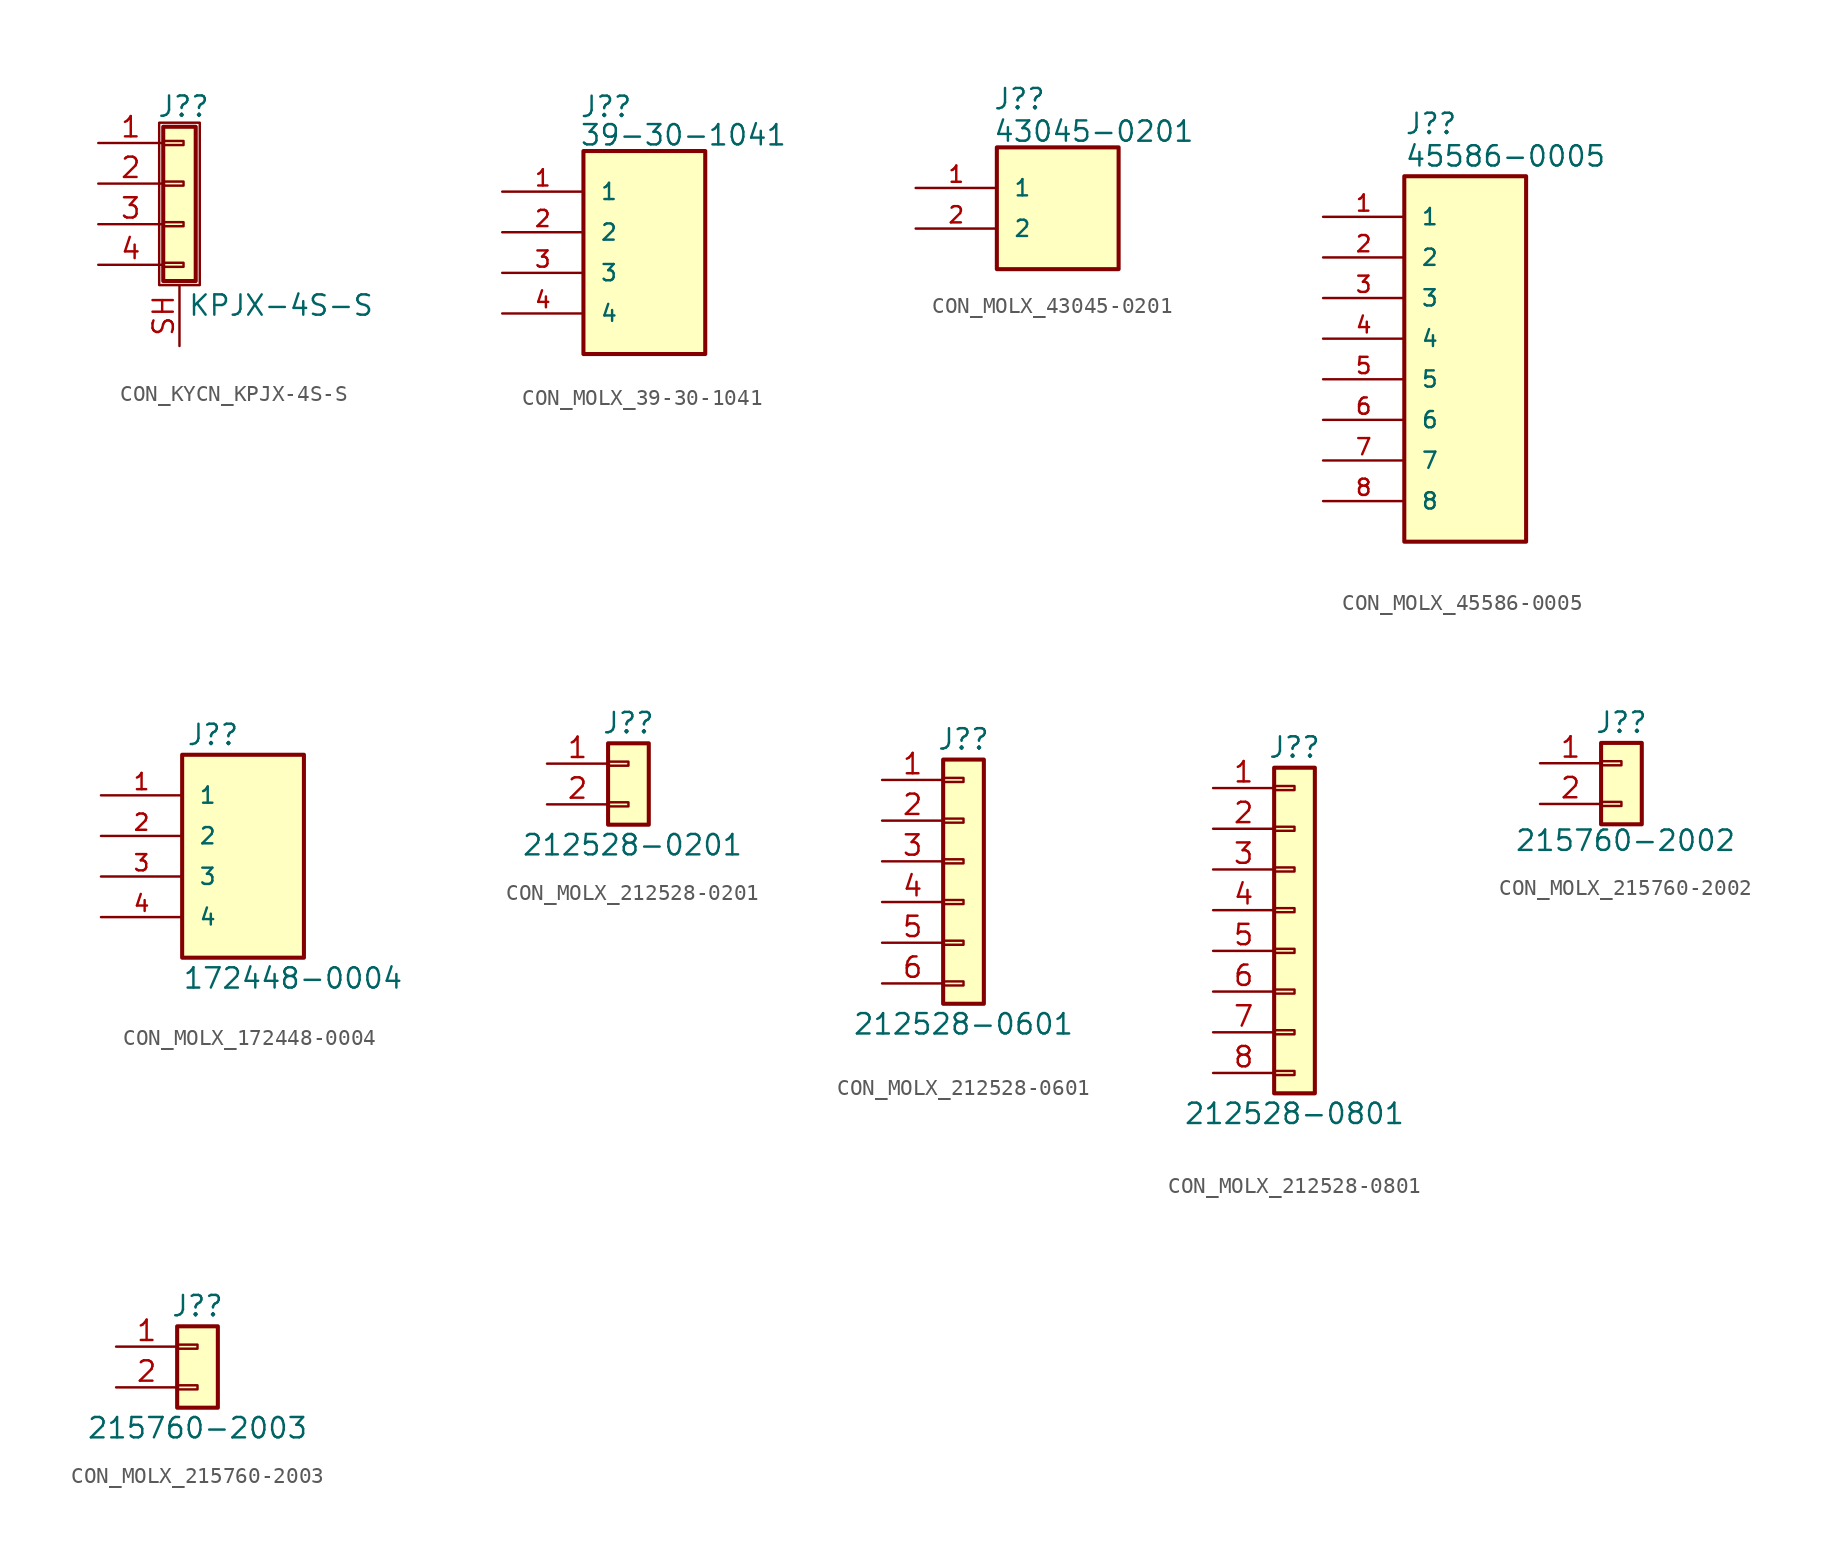
<source format=kicad_sym>
(kicad_symbol_lib
  (version 20231120)
  (generator "kicad_symbol_editor")
  (generator_version "8.0")
  (symbol "CON_KYCN_KPJX-4S-S"
    (pin_names
      (offset 1.016) hide)
    (property "Reference" "J?"
      (at 0.254 6.096 0)
      (effects (font (size 1.27 1.27))))
    (property "Value" "KPJX-4S-S"
      (at 0.508 -6.35 0)
      (effects (font (size 1.27 1.27)) (justify left)))
    (symbol "CON_KYCN_KPJX-4S-S_1_1"
      (rectangle (start -1.27 5.08) (end 1.27 -5.08) (stroke (width 0.152) (type default)) (fill (type none)))
      (rectangle (start -1.016 -3.683) (end 0.254 -3.937) (stroke (width 0.152) (type default)) (fill (type none)))
      (rectangle (start -1.016 -1.143) (end 0.254 -1.397) (stroke (width 0.152) (type default)) (fill (type none)))
      (rectangle (start -1.016 1.397) (end 0.254 1.143) (stroke (width 0.152) (type default)) (fill (type none)))
      (rectangle (start -1.016 3.937) (end 0.254 3.683) (stroke (width 0.152) (type default)) (fill (type none)))
      (rectangle (start -1.016 4.826) (end 1.016 -4.826) (stroke (width 0.254) (type default)) (fill (type background)))
      (pin passive line (at -5.08 3.81 0) (length 4.064) (name "Pin_1" (effects (font (size 1.27 1.27)))) (number "1" (effects (font (size 1.27 1.27)))))
      (pin passive line (at -5.08 1.27 0) (length 4.064) (name "Pin_2" (effects (font (size 1.27 1.27)))) (number "2" (effects (font (size 1.27 1.27)))))
      (pin passive line (at -5.08 -1.27 0) (length 4.064) (name "Pin_3" (effects (font (size 1.27 1.27)))) (number "3" (effects (font (size 1.27 1.27)))))
      (pin passive line (at -5.08 -3.81 0) (length 4.064) (name "Pin_4" (effects (font (size 1.27 1.27)))) (number "4" (effects (font (size 1.27 1.27)))))
      (pin passive line (at 0 -8.89 90) (length 3.81) (name "Shield" (effects (font (size 1.27 1.27)))) (number "SH" (effects (font (size 1.27 1.27)))))))
  (symbol "CON_MOLX_39-30-1041"
    (pin_names
      (offset 1.016))
    (property "Reference" "J?"
      (at -4.064 8.382 0)
      (effects (font (size 1.27 1.27)) (justify left bottom)))
    (property "Value" "39-30-1041"
      (at -4.064 6.604 0)
      (effects (font (size 1.27 1.27)) (justify left bottom)))
    (symbol "CON_MOLX_39-30-1041_0_0"
      (rectangle (start -3.81 -6.35) (end 3.81 6.35) (stroke (width 0.254) (type solid)) (fill (type background)))
      (pin passive line (at -8.89 1.27 0) (length 5.08) (name "2" (effects (font (size 1.016 1.016)))) (number "2" (effects (font (size 1.016 1.016)))))
      (pin passive line (at -8.89 -1.27 0) (length 5.08) (name "3" (effects (font (size 1.016 1.016)))) (number "3" (effects (font (size 1.016 1.016)))))
      (pin passive line (at -8.89 -3.81 0) (length 5.08) (name "4" (effects (font (size 1.016 1.016)))) (number "4" (effects (font (size 1.016 1.016))))))
    (symbol "CON_MOLX_39-30-1041_1_0"
      (pin passive line (at -8.89 3.81 0) (length 5.08) (name "1" (effects (font (size 1.016 1.016)))) (number "1" (effects (font (size 1.016 1.016)))))))
  (symbol "CON_MOLX_43045-0201"
    (pin_names
      (offset 1.016))
    (property "Reference" "J?"
      (at -4.064 6.096 0)
      (effects (font (size 1.27 1.27)) (justify left bottom)))
    (property "Value" "43045-0201"
      (at -4.064 4.064 0)
      (effects (font (size 1.27 1.27)) (justify left bottom)))
    (symbol "CON_MOLX_43045-0201_0_0"
      (rectangle (start -3.81 3.81) (end 3.81 -3.81) (stroke (width 0.254) (type solid)) (fill (type background))))
    (symbol "CON_MOLX_43045-0201_1_0"
      (pin passive line (at -8.89 1.27 0) (length 5.08) (name "1" (effects (font (size 1.016 1.016)))) (number "1" (effects (font (size 1.016 1.016)))))
      (pin passive line (at -8.89 -1.27 0) (length 5.08) (name "2" (effects (font (size 1.016 1.016)))) (number "2" (effects (font (size 1.016 1.016)))))))
  (symbol "CON_MOLX_45586-0005"
    (pin_names
      (offset 1.016))
    (property "Reference" "J?"
      (at -3.81 13.97 0)
      (effects (font (size 1.27 1.27)) (justify left bottom)))
    (property "Value" "45586-0005"
      (at -3.81 11.938 0)
      (effects (font (size 1.27 1.27)) (justify left bottom)))
    (symbol "CON_MOLX_45586-0005_0_0"
      (rectangle (start -3.81 11.43) (end 3.81 -11.43) (stroke (width 0.254) (type solid)) (fill (type background)))
      (pin passive line (at -8.89 6.35 0) (length 5.08) (name "2" (effects (font (size 1.016 1.016)))) (number "2" (effects (font (size 1.016 1.016)))))
      (pin passive line (at -8.89 3.81 0) (length 5.08) (name "3" (effects (font (size 1.016 1.016)))) (number "3" (effects (font (size 1.016 1.016)))))
      (pin passive line (at -8.89 1.27 0) (length 5.08) (name "4" (effects (font (size 1.016 1.016)))) (number "4" (effects (font (size 1.016 1.016)))))
      (pin passive line (at -8.89 -1.27 0) (length 5.08) (name "5" (effects (font (size 1.016 1.016)))) (number "5" (effects (font (size 1.016 1.016)))))
      (pin passive line (at -8.89 -3.81 0) (length 5.08) (name "6" (effects (font (size 1.016 1.016)))) (number "6" (effects (font (size 1.016 1.016)))))
      (pin passive line (at -8.89 -6.35 0) (length 5.08) (name "7" (effects (font (size 1.016 1.016)))) (number "7" (effects (font (size 1.016 1.016)))))
      (pin passive line (at -8.89 -8.89 0) (length 5.08) (name "8" (effects (font (size 1.016 1.016)))) (number "8" (effects (font (size 1.016 1.016))))))
    (symbol "CON_MOLX_45586-0005_1_0"
      (pin passive line (at -8.89 8.89 0) (length 5.08) (name "1" (effects (font (size 1.016 1.016)))) (number "1" (effects (font (size 1.016 1.016)))))))
  (symbol "CON_MOLX_172448-0004"
    (pin_names
      (offset 1.016))
    (property "Reference" "J?"
      (at -3.556 6.858 0)
      (effects (font (size 1.27 1.27)) (justify left bottom)))
    (property "Value" "172448-0004"
      (at -3.81 -8.382 0)
      (effects (font (size 1.27 1.27)) (justify left bottom)))
    (symbol "CON_MOLX_172448-0004_0_0"
      (rectangle (start -3.81 -6.35) (end 3.81 6.35) (stroke (width 0.254) (type solid)) (fill (type background)))
      (pin passive line (at -8.89 1.27 0) (length 5.08) (name "2" (effects (font (size 1.016 1.016)))) (number "2" (effects (font (size 1.016 1.016)))))
      (pin passive line (at -8.89 -1.27 0) (length 5.08) (name "3" (effects (font (size 1.016 1.016)))) (number "3" (effects (font (size 1.016 1.016)))))
      (pin passive line (at -8.89 -3.81 0) (length 5.08) (name "4" (effects (font (size 1.016 1.016)))) (number "4" (effects (font (size 1.016 1.016))))))
    (symbol "CON_MOLX_172448-0004_1_0"
      (pin passive line (at -8.89 3.81 0) (length 5.08) (name "1" (effects (font (size 1.016 1.016)))) (number "1" (effects (font (size 1.016 1.016)))))))
  (symbol "CON_MOLX_212528-0201"
    (pin_names
      (offset 1.016) hide)
    (property "Reference" "J?"
      (at 0 3.81 0)
      (effects (font (size 1.27 1.27))))
    (property "Value" "212528-0201"
      (at 0.254 -3.81 0)
      (effects (font (size 1.27 1.27))))
    (symbol "CON_MOLX_212528-0201_1_1"
      (rectangle (start -1.27 -1.143) (end 0 -1.397) (stroke (width 0.152) (type default)) (fill (type none)))
      (rectangle (start -1.27 1.143) (end 0 1.397) (stroke (width 0.152) (type default)) (fill (type none)))
      (rectangle (start -1.27 2.54) (end 1.27 -2.54) (stroke (width 0.254) (type default)) (fill (type background)))
      (pin passive line (at -5.08 1.27 0) (length 3.81) (name "Pin_1" (effects (font (size 1.27 1.27)))) (number "1" (effects (font (size 1.27 1.27)))))
      (pin passive line (at -5.08 -1.27 0) (length 3.81) (name "Pin_2" (effects (font (size 1.27 1.27)))) (number "2" (effects (font (size 1.27 1.27)))))))
  (symbol "CON_MOLX_212528-0601"
    (pin_names
      (offset 1.016) hide)
    (property "Reference" "J?"
      (at 0 8.89 0)
      (effects (font (size 1.27 1.27))))
    (property "Value" "212528-0601"
      (at 0 -8.89 0)
      (effects (font (size 1.27 1.27))))
    (symbol "CON_MOLX_212528-0601_1_1"
      (rectangle (start -1.27 -6.223) (end 0 -6.477) (stroke (width 0.152) (type default)) (fill (type none)))
      (rectangle (start -1.27 -3.683) (end 0 -3.937) (stroke (width 0.152) (type default)) (fill (type none)))
      (rectangle (start -1.27 -1.143) (end 0 -1.397) (stroke (width 0.152) (type default)) (fill (type none)))
      (rectangle (start -1.27 1.397) (end 0 1.143) (stroke (width 0.152) (type default)) (fill (type none)))
      (rectangle (start -1.27 3.937) (end 0 3.683) (stroke (width 0.152) (type default)) (fill (type none)))
      (rectangle (start -1.27 6.477) (end 0 6.223) (stroke (width 0.152) (type default)) (fill (type none)))
      (rectangle (start -1.27 7.62) (end 1.27 -7.62) (stroke (width 0.254) (type default)) (fill (type background)))
      (pin passive line (at -5.08 6.35 0) (length 3.81) (name "Pin_1" (effects (font (size 1.27 1.27)))) (number "1" (effects (font (size 1.27 1.27)))))
      (pin passive line (at -5.08 3.81 0) (length 3.81) (name "Pin_2" (effects (font (size 1.27 1.27)))) (number "2" (effects (font (size 1.27 1.27)))))
      (pin passive line (at -5.08 1.27 0) (length 3.81) (name "Pin_3" (effects (font (size 1.27 1.27)))) (number "3" (effects (font (size 1.27 1.27)))))
      (pin passive line (at -5.08 -1.27 0) (length 3.81) (name "Pin_4" (effects (font (size 1.27 1.27)))) (number "4" (effects (font (size 1.27 1.27)))))
      (pin passive line (at -5.08 -3.81 0) (length 3.81) (name "Pin_5" (effects (font (size 1.27 1.27)))) (number "5" (effects (font (size 1.27 1.27)))))
      (pin passive line (at -5.08 -6.35 0) (length 3.81) (name "Pin_6" (effects (font (size 1.27 1.27)))) (number "6" (effects (font (size 1.27 1.27)))))))
  (symbol "CON_MOLX_212528-0801"
    (pin_names
      (offset 1.016) hide)
    (property "Reference" "J?"
      (at 0 11.43 0)
      (effects (font (size 1.27 1.27))))
    (property "Value" "212528-0801"
      (at 0 -11.43 0)
      (effects (font (size 1.27 1.27))))
    (symbol "CON_MOLX_212528-0801_1_1"
      (rectangle (start -1.27 -10.16) (end 1.27 10.16) (stroke (width 0.254) (type default)) (fill (type background)))
      (rectangle (start -1.27 -8.763) (end 0 -9.017) (stroke (width 0.152) (type default)) (fill (type none)))
      (rectangle (start -1.27 -6.223) (end 0 -6.477) (stroke (width 0.152) (type default)) (fill (type none)))
      (rectangle (start -1.27 -3.683) (end 0 -3.937) (stroke (width 0.152) (type default)) (fill (type none)))
      (rectangle (start -1.27 -1.143) (end 0 -1.397) (stroke (width 0.152) (type default)) (fill (type none)))
      (rectangle (start -1.27 1.397) (end 0 1.143) (stroke (width 0.152) (type default)) (fill (type none)))
      (rectangle (start -1.27 3.937) (end 0 3.683) (stroke (width 0.152) (type default)) (fill (type none)))
      (rectangle (start -1.27 6.477) (end 0 6.223) (stroke (width 0.152) (type default)) (fill (type none)))
      (rectangle (start -1.27 9.017) (end 0 8.763) (stroke (width 0.152) (type default)) (fill (type none)))
      (pin passive line (at -5.08 8.89 0) (length 3.81) (name "Pin_1" (effects (font (size 1.27 1.27)))) (number "1" (effects (font (size 1.27 1.27)))))
      (pin passive line (at -5.08 6.35 0) (length 3.81) (name "Pin_2" (effects (font (size 1.27 1.27)))) (number "2" (effects (font (size 1.27 1.27)))))
      (pin passive line (at -5.08 3.81 0) (length 3.81) (name "Pin_3" (effects (font (size 1.27 1.27)))) (number "3" (effects (font (size 1.27 1.27)))))
      (pin passive line (at -5.08 1.27 0) (length 3.81) (name "Pin_4" (effects (font (size 1.27 1.27)))) (number "4" (effects (font (size 1.27 1.27)))))
      (pin passive line (at -5.08 -1.27 0) (length 3.81) (name "Pin_5" (effects (font (size 1.27 1.27)))) (number "5" (effects (font (size 1.27 1.27)))))
      (pin passive line (at -5.08 -3.81 0) (length 3.81) (name "Pin_6" (effects (font (size 1.27 1.27)))) (number "6" (effects (font (size 1.27 1.27)))))
      (pin passive line (at -5.08 -6.35 0) (length 3.81) (name "Pin_7" (effects (font (size 1.27 1.27)))) (number "7" (effects (font (size 1.27 1.27)))))
      (pin passive line (at -5.08 -8.89 0) (length 3.81) (name "Pin_8" (effects (font (size 1.27 1.27)))) (number "8" (effects (font (size 1.27 1.27)))))))
  (symbol "CON_MOLX_215760-2002"
    (pin_names
      (offset 1.016) hide)
    (property "Reference" "J?"
      (at 0 3.81 0)
      (effects (font (size 1.27 1.27))))
    (property "Value" "215760-2002"
      (at 0.254 -3.556 0)
      (effects (font (size 1.27 1.27))))
    (symbol "CON_MOLX_215760-2002_1_1"
      (rectangle (start -1.27 -2.54) (end 1.27 2.54) (stroke (width 0.254) (type default)) (fill (type background)))
      (rectangle (start -1.27 -1.143) (end 0 -1.397) (stroke (width 0.152) (type default)) (fill (type none)))
      (rectangle (start -1.27 1.397) (end 0 1.143) (stroke (width 0.152) (type default)) (fill (type none)))
      (pin passive line (at -5.08 1.27 0) (length 3.81) (name "Pin_1" (effects (font (size 1.27 1.27)))) (number "1" (effects (font (size 1.27 1.27)))))
      (pin passive line (at -5.08 -1.27 0) (length 3.81) (name "Pin_2" (effects (font (size 1.27 1.27)))) (number "2" (effects (font (size 1.27 1.27)))))))
  (symbol "CON_MOLX_215760-2003"
    (pin_names
      (offset 1.016) hide)
    (property "Reference" "J?"
      (at 0 3.81 0)
      (effects (font (size 1.27 1.27))))
    (property "Value" "215760-2003"
      (at 0 -3.81 0)
      (effects (font (size 1.27 1.27))))
    (symbol "CON_MOLX_215760-2003_1_1"
      (rectangle (start -1.27 -2.54) (end 1.27 2.54) (stroke (width 0.254) (type default)) (fill (type background)))
      (rectangle (start -1.27 -1.143) (end 0 -1.397) (stroke (width 0.152) (type default)) (fill (type none)))
      (rectangle (start -1.27 1.397) (end 0 1.143) (stroke (width 0.152) (type default)) (fill (type none)))
      (pin passive line (at -5.08 1.27 0) (length 3.81) (name "Pin_1" (effects (font (size 1.27 1.27)))) (number "1" (effects (font (size 1.27 1.27)))))
      (pin passive line (at -5.08 -1.27 0) (length 3.81) (name "Pin_2" (effects (font (size 1.27 1.27)))) (number "2" (effects (font (size 1.27 1.27))))))))
</source>
